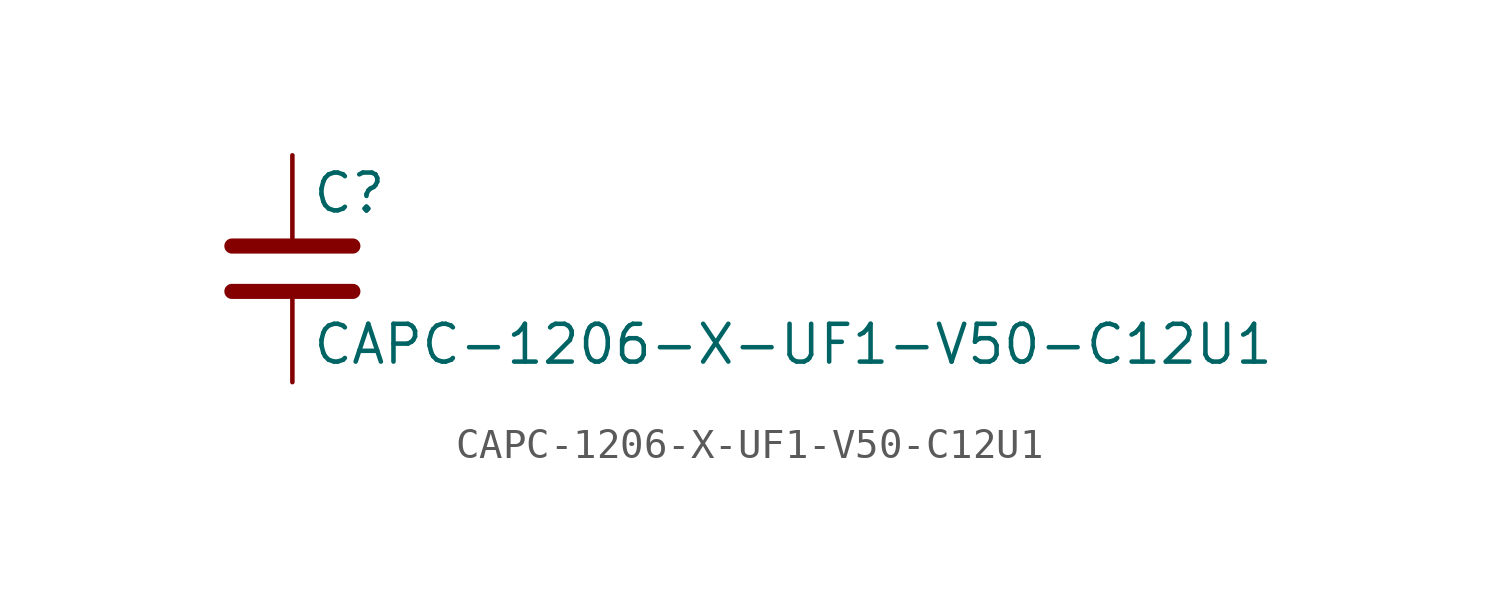
<source format=kicad_sym>
(kicad_symbol_lib
  (version 20211014)
  (generator kicad_symbol_editor)
  (symbol "CAPC-1206-X-UF1-V50-C12U1"
    (pin_numbers hide)
    (pin_names
      (offset 0.254))
    (property "Reference" "C"
      (at 0.635 2.54 0)
      (effects (font (size 1.27 1.27)) (justify left)))
    (property "Value" "CAPC-1206-X-UF1-V50-C12U1"
      (at 0.635 -2.54 0)
      (effects (font (size 1.27 1.27)) (justify left)))
    (symbol "CAPC-1206-X-UF1-V50-C12U1_0_1"
      (polyline (pts (xy -2.032 -0.762) (xy 2.032 -0.762)) (stroke (width 0.508) (type default) (color 0 0 0 0)) (fill (type none)))
      (polyline (pts (xy -2.032 0.762) (xy 2.032 0.762)) (stroke (width 0.508) (type default) (color 0 0 0 0)) (fill (type none))))
    (symbol "CAPC-1206-X-UF1-V50-C12U1_1_1"
      (pin passive line (at 0 3.81 270) (length 2.794) (name "~" (effects (font (size 1.27 1.27)))) (number "1" (effects (font (size 1.27 1.27)))))
      (pin passive line (at 0 -3.81 90) (length 2.794) (name "~" (effects (font (size 1.27 1.27)))) (number "2" (effects (font (size 1.27 1.27))))))))
</source>
